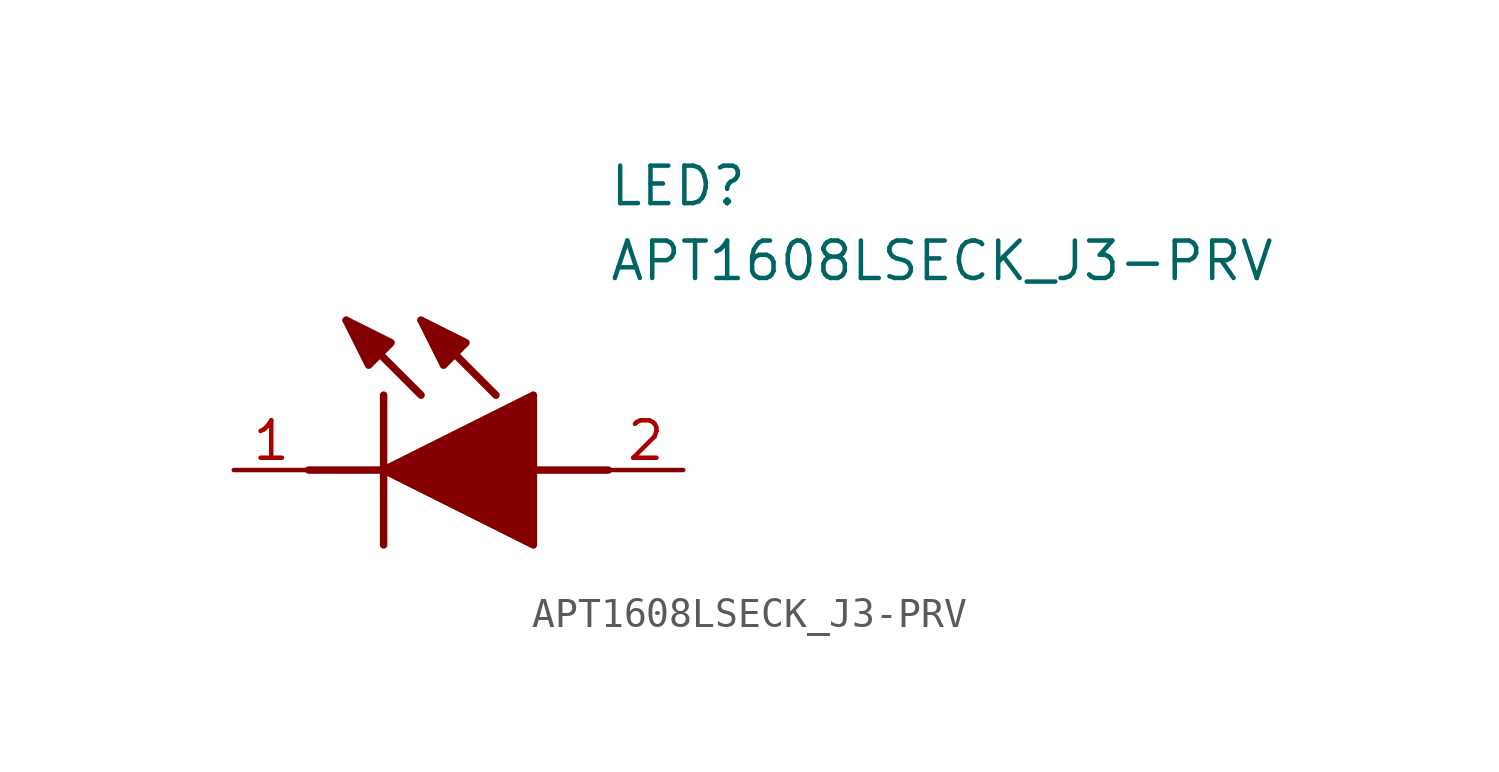
<source format=kicad_sym>
(kicad_symbol_lib
  (version 20211014)
  (generator SamacSys_ECAD_Model)
  (symbol "APT1608LSECK_J3-PRV"
    (pin_names hide)
    (property "Reference" "LED"
      (at 12.7 8.89 0)
      (effects (font (size 1.27 1.27)) (justify left bottom)))
    (property "Value" "APT1608LSECK_J3-PRV"
      (at 12.7 6.35 0)
      (effects (font (size 1.27 1.27)) (justify left bottom)))
    (polyline
      (pts (xy 5.08 2.54) (xy 5.08 -2.54))
      (stroke (width 0.254) (type default))
      (fill (type none)))
    (polyline
      (pts (xy 6.35 2.54) (xy 3.81 5.08))
      (stroke (width 0.254) (type default))
      (fill (type none)))
    (polyline
      (pts (xy 8.89 2.54) (xy 6.35 5.08))
      (stroke (width 0.254) (type default))
      (fill (type none)))
    (polyline
      (pts (xy 2.54 0) (xy 5.08 0))
      (stroke (width 0.254) (type default))
      (fill (type none)))
    (polyline
      (pts (xy 10.16 0) (xy 12.7 0))
      (stroke (width 0.254) (type default))
      (fill (type none)))
    (polyline
      (pts (xy 5.08 0) (xy 10.16 2.54) (xy 10.16 -2.54) (xy 5.08 0))
      (stroke (width 0.254) (type default))
      (fill (type outline)))
    (polyline
      (pts (xy 5.334 4.318) (xy 4.572 3.556) (xy 3.81 5.08) (xy 5.334 4.318))
      (stroke (width 0.254) (type default))
      (fill (type outline)))
    (polyline
      (pts (xy 7.874 4.318) (xy 7.112 3.556) (xy 6.35 5.08) (xy 7.874 4.318))
      (stroke (width 0.254) (type default))
      (fill (type outline)))
    (pin passive line
      (at 0 0 0)
      (length 2.54)
      (name "K" (effects (font (size 1.27 1.27))))
      (number "1" (effects (font (size 1.27 1.27)))))
    (pin passive line
      (at 15.24 0 180)
      (length 2.54)
      (name "A" (effects (font (size 1.27 1.27))))
      (number "2" (effects (font (size 1.27 1.27)))))))
</source>
